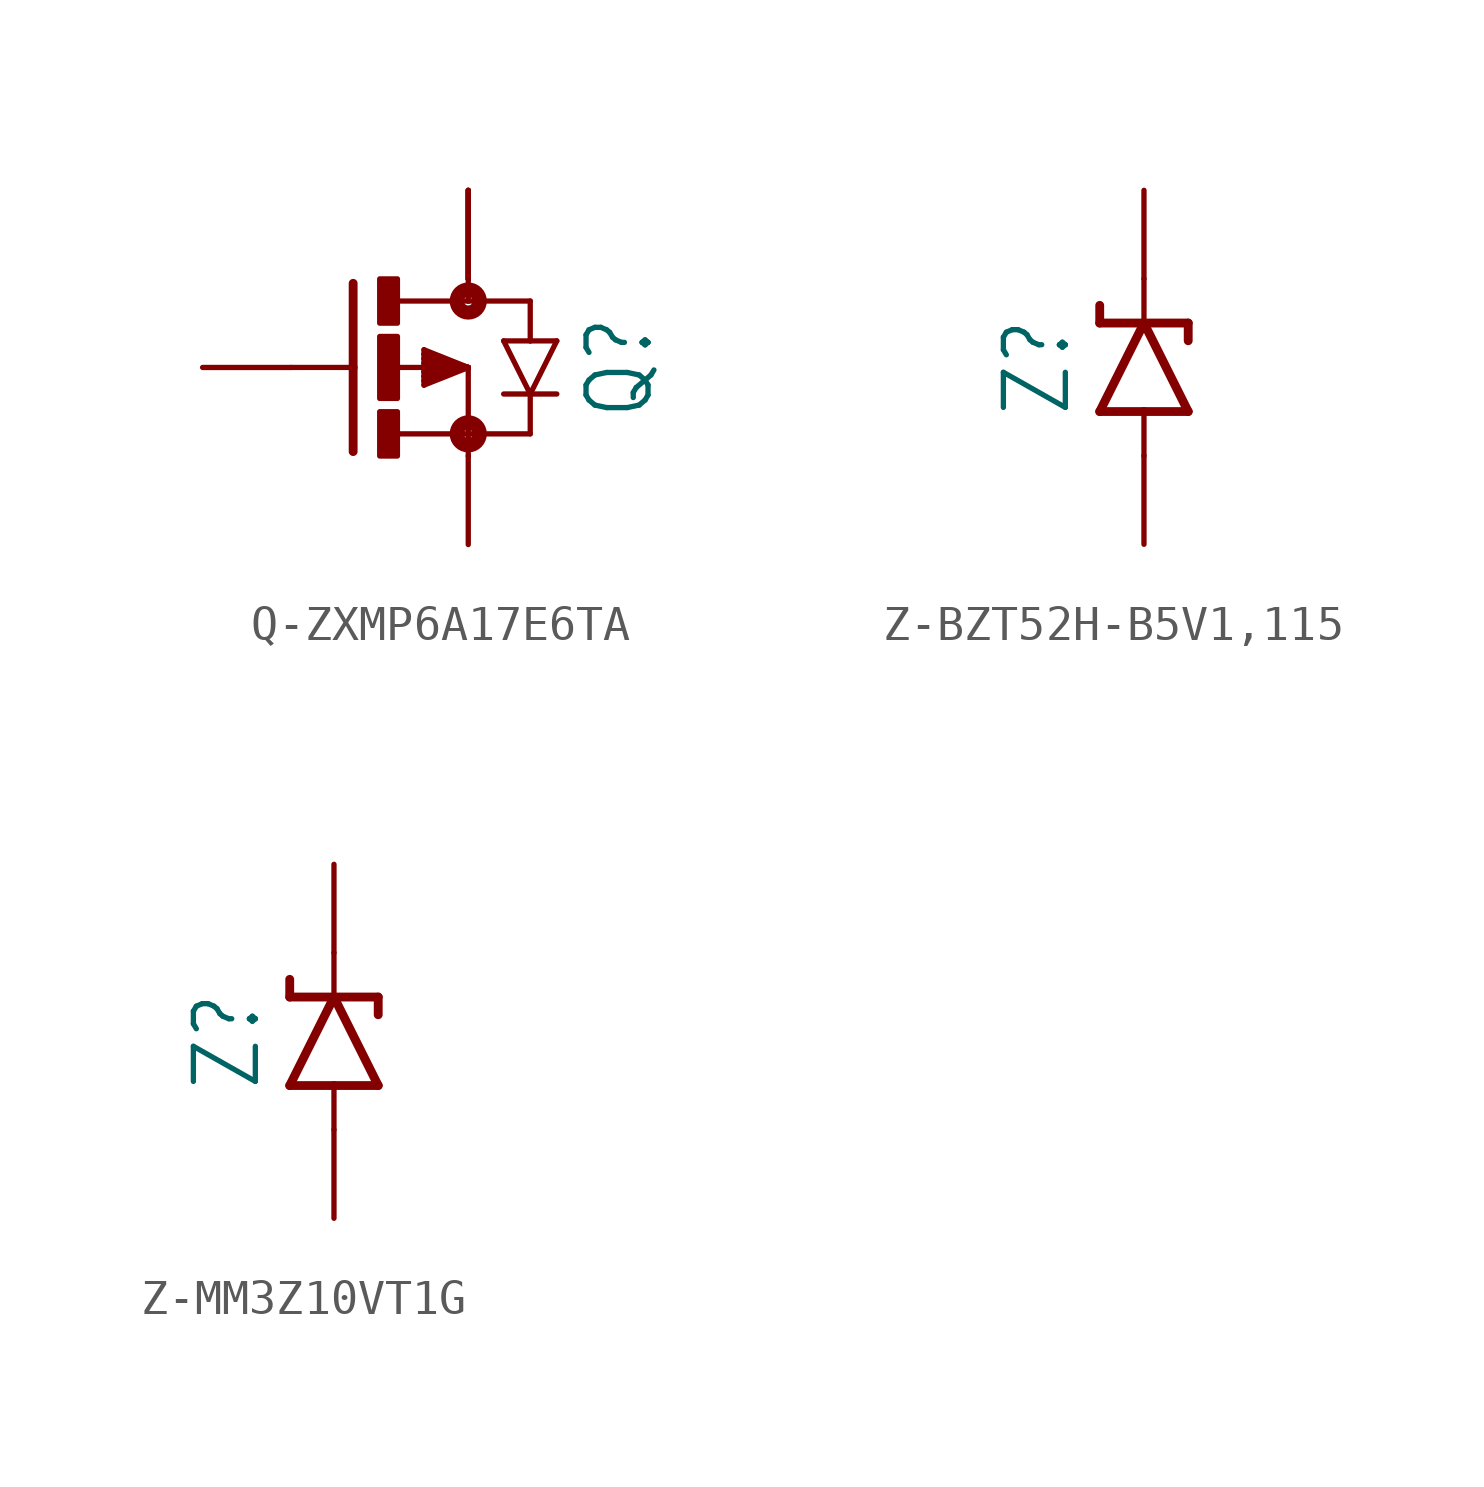
<source format=kicad_sym>
(kicad_symbol_lib
  (version 20231120)
  (generator "kicad_symbol_editor")
  (generator_version "8.0")
  (symbol "Q-ZXMP6A17E6TA"
    (property "Reference" "Q"
      (at 5.842 0 90)
      (effects (font (size 1.778 1.511)) (justify top)))
    (property "Value" ""
      (at 8.382 0 90)
      (effects (font (size 1.778 1.511)) (justify top)))
    (property "ki_locked" ""
      (at 0 0 0)
      (effects (font (size 1.27 1.27))))
    (symbol "Q-ZXMP6A17E6TA_1_0"
      (rectangle (start 0 -2.54) (end 0.508 -1.27) (stroke (width 0) (type default)) (fill (type outline)))
      (rectangle (start 0 -0.889) (end 0.508 0.889) (stroke (width 0) (type default)) (fill (type outline)))
      (polyline (pts (xy -0.762 0) (xy -2.54 0)) (stroke (width 0.152) (type solid)) (fill (type none)))
      (polyline (pts (xy -0.762 0) (xy -0.762 -2.413)) (stroke (width 0.254) (type solid)) (fill (type none)))
      (polyline (pts (xy -0.762 2.413) (xy -0.762 0)) (stroke (width 0.254) (type solid)) (fill (type none)))
      (polyline (pts (xy 0.508 -1.905) (xy 2.54 -1.905)) (stroke (width 0.152) (type solid)) (fill (type none)))
      (polyline (pts (xy 1.27 -0.508) (xy 2.54 0)) (stroke (width 0.152) (type solid)) (fill (type none)))
      (polyline (pts (xy 1.27 -0.381) (xy 1.27 -0.508)) (stroke (width 0.152) (type solid)) (fill (type none)))
      (polyline (pts (xy 1.27 -0.254) (xy 1.27 -0.381)) (stroke (width 0.152) (type solid)) (fill (type none)))
      (polyline (pts (xy 1.27 -0.127) (xy 1.27 -0.254)) (stroke (width 0.152) (type solid)) (fill (type none)))
      (polyline (pts (xy 1.27 0.127) (xy 1.27 -0.127)) (stroke (width 0.152) (type solid)) (fill (type none)))
      (polyline (pts (xy 1.27 0.254) (xy 1.27 0.127)) (stroke (width 0.152) (type solid)) (fill (type none)))
      (polyline (pts (xy 1.27 0.381) (xy 1.27 0.254)) (stroke (width 0.152) (type solid)) (fill (type none)))
      (polyline (pts (xy 1.27 0.508) (xy 1.27 0.381)) (stroke (width 0.152) (type solid)) (fill (type none)))
      (polyline (pts (xy 1.27 0.508) (xy 2.54 0)) (stroke (width 0.152) (type solid)) (fill (type none)))
      (polyline (pts (xy 2.54 -1.905) (xy 2.54 -2.54)) (stroke (width 0.152) (type solid)) (fill (type none)))
      (polyline (pts (xy 2.54 0) (xy 0.508 0)) (stroke (width 0.152) (type solid)) (fill (type none)))
      (polyline (pts (xy 2.54 0) (xy 1.27 -0.381)) (stroke (width 0.152) (type solid)) (fill (type none)))
      (polyline (pts (xy 2.54 0) (xy 1.27 -0.254)) (stroke (width 0.152) (type solid)) (fill (type none)))
      (polyline (pts (xy 2.54 0) (xy 1.27 -0.127)) (stroke (width 0.152) (type solid)) (fill (type none)))
      (polyline (pts (xy 2.54 0) (xy 1.27 0.127)) (stroke (width 0.152) (type solid)) (fill (type none)))
      (polyline (pts (xy 2.54 0) (xy 1.27 0.254)) (stroke (width 0.152) (type solid)) (fill (type none)))
      (polyline (pts (xy 2.54 0) (xy 1.27 0.381)) (stroke (width 0.152) (type solid)) (fill (type none)))
      (polyline (pts (xy 2.54 0) (xy 2.54 -1.905)) (stroke (width 0.152) (type solid)) (fill (type none)))
      (polyline (pts (xy 2.54 1.905) (xy 0.533 1.905)) (stroke (width 0.152) (type solid)) (fill (type none)))
      (polyline (pts (xy 2.54 2.54) (xy 2.54 1.905)) (stroke (width 0.152) (type solid)) (fill (type none)))
      (polyline (pts (xy 3.556 0.762) (xy 4.318 -0.762)) (stroke (width 0.152) (type solid)) (fill (type none)))
      (polyline (pts (xy 4.318 -1.905) (xy 2.54 -1.905)) (stroke (width 0.152) (type solid)) (fill (type none)))
      (polyline (pts (xy 4.318 -1.905) (xy 4.318 -0.762)) (stroke (width 0.152) (type solid)) (fill (type none)))
      (polyline (pts (xy 4.318 -0.762) (xy 3.556 -0.762)) (stroke (width 0.152) (type solid)) (fill (type none)))
      (polyline (pts (xy 4.318 -0.762) (xy 5.08 0.762)) (stroke (width 0.152) (type solid)) (fill (type none)))
      (polyline (pts (xy 4.318 0.762) (xy 3.556 0.762)) (stroke (width 0.152) (type solid)) (fill (type none)))
      (polyline (pts (xy 4.318 1.905) (xy 2.54 1.905)) (stroke (width 0.152) (type solid)) (fill (type none)))
      (polyline (pts (xy 4.318 1.905) (xy 4.318 0.762)) (stroke (width 0.152) (type solid)) (fill (type none)))
      (polyline (pts (xy 5.08 -0.762) (xy 4.318 -0.762)) (stroke (width 0.152) (type solid)) (fill (type none)))
      (polyline (pts (xy 5.08 0.762) (xy 4.318 0.762)) (stroke (width 0.152) (type solid)) (fill (type none)))
      (rectangle (start 0 1.27) (end 0.508 2.54) (stroke (width 0) (type default)) (fill (type outline)))
      (circle (center 2.54 -1.905) (radius 0.127) (stroke (width 0.406) (type solid)) (fill (type none)))
      (circle (center 2.54 1.905) (radius 0.127) (stroke (width 0.406) (type solid)) (fill (type none)))
      (pin passive line (at 2.54 5.08 270) (length 2.54) (name "D" (effects (font (size 0 0)))) (number "1" (effects (font (size 0 0)))))
      (pin passive line (at 2.54 5.08 270) (length 2.54) (name "D" (effects (font (size 0 0)))) (number "2" (effects (font (size 0 0)))))
      (pin passive line (at -5.08 0 0) (length 2.54) (name "G" (effects (font (size 0 0)))) (number "3" (effects (font (size 0 0)))))
      (pin passive line (at 2.54 -5.08 90) (length 2.54) (name "S" (effects (font (size 0 0)))) (number "4" (effects (font (size 0 0)))))
      (pin passive line (at 2.54 5.08 270) (length 2.54) (name "D" (effects (font (size 0 0)))) (number "5" (effects (font (size 0 0)))))
      (pin passive line (at 2.54 5.08 270) (length 2.54) (name "D" (effects (font (size 0 0)))) (number "6" (effects (font (size 0 0)))))))
  (symbol "Z-BZT52H-B5V1,115"
    (property "Reference" "Z"
      (at -2.032 0 90)
      (effects (font (size 1.778 1.511)) (justify bottom)))
    (property "Value" ""
      (at 2.032 0 90)
      (effects (font (size 1.778 1.511)) (justify top)))
    (property "ki_locked" ""
      (at 0 0 0)
      (effects (font (size 1.27 1.27))))
    (symbol "Z-BZT52H-B5V1,115_1_0"
      (polyline (pts (xy -1.27 -1.27) (xy 0 -1.27)) (stroke (width 0.254) (type solid)) (fill (type none)))
      (polyline (pts (xy -1.27 1.27) (xy -1.27 1.778)) (stroke (width 0.254) (type solid)) (fill (type none)))
      (polyline (pts (xy -1.27 1.27) (xy 0 1.27)) (stroke (width 0.254) (type solid)) (fill (type none)))
      (polyline (pts (xy 0 -2.54) (xy 0 -1.27)) (stroke (width 0.152) (type solid)) (fill (type none)))
      (polyline (pts (xy 0 -1.27) (xy 1.27 -1.27)) (stroke (width 0.254) (type solid)) (fill (type none)))
      (polyline (pts (xy 0 1.27) (xy -1.27 -1.27)) (stroke (width 0.254) (type solid)) (fill (type none)))
      (polyline (pts (xy 0 1.27) (xy 1.27 1.27)) (stroke (width 0.254) (type solid)) (fill (type none)))
      (polyline (pts (xy 0 2.54) (xy 0 1.27)) (stroke (width 0.152) (type solid)) (fill (type none)))
      (polyline (pts (xy 1.27 -1.27) (xy 0 1.27)) (stroke (width 0.254) (type solid)) (fill (type none)))
      (polyline (pts (xy 1.27 1.27) (xy 1.27 0.762)) (stroke (width 0.254) (type solid)) (fill (type none)))
      (pin passive line (at 0 5.08 270) (length 2.54) (name "C" (effects (font (size 0 0)))) (number "1" (effects (font (size 0 0)))))
      (pin passive line (at 0 -5.08 90) (length 2.54) (name "A" (effects (font (size 0 0)))) (number "2" (effects (font (size 0 0)))))))
  (symbol "Z-MM3Z10VT1G"
    (property "Reference" "Z"
      (at -2.032 0 90)
      (effects (font (size 1.778 1.511)) (justify bottom)))
    (property "Value" ""
      (at 2.032 0 90)
      (effects (font (size 1.778 1.511)) (justify top)))
    (property "ki_locked" ""
      (at 0 0 0)
      (effects (font (size 1.27 1.27))))
    (symbol "Z-MM3Z10VT1G_1_0"
      (polyline (pts (xy -1.27 -1.27) (xy 0 -1.27)) (stroke (width 0.254) (type solid)) (fill (type none)))
      (polyline (pts (xy -1.27 1.27) (xy -1.27 1.778)) (stroke (width 0.254) (type solid)) (fill (type none)))
      (polyline (pts (xy -1.27 1.27) (xy 0 1.27)) (stroke (width 0.254) (type solid)) (fill (type none)))
      (polyline (pts (xy 0 -2.54) (xy 0 -1.27)) (stroke (width 0.152) (type solid)) (fill (type none)))
      (polyline (pts (xy 0 -1.27) (xy 1.27 -1.27)) (stroke (width 0.254) (type solid)) (fill (type none)))
      (polyline (pts (xy 0 1.27) (xy -1.27 -1.27)) (stroke (width 0.254) (type solid)) (fill (type none)))
      (polyline (pts (xy 0 1.27) (xy 1.27 1.27)) (stroke (width 0.254) (type solid)) (fill (type none)))
      (polyline (pts (xy 0 2.54) (xy 0 1.27)) (stroke (width 0.152) (type solid)) (fill (type none)))
      (polyline (pts (xy 1.27 -1.27) (xy 0 1.27)) (stroke (width 0.254) (type solid)) (fill (type none)))
      (polyline (pts (xy 1.27 1.27) (xy 1.27 0.762)) (stroke (width 0.254) (type solid)) (fill (type none)))
      (pin passive line (at 0 5.08 270) (length 2.54) (name "C" (effects (font (size 0 0)))) (number "1" (effects (font (size 0 0)))))
      (pin passive line (at 0 -5.08 90) (length 2.54) (name "A" (effects (font (size 0 0)))) (number "2" (effects (font (size 0 0))))))))
</source>
